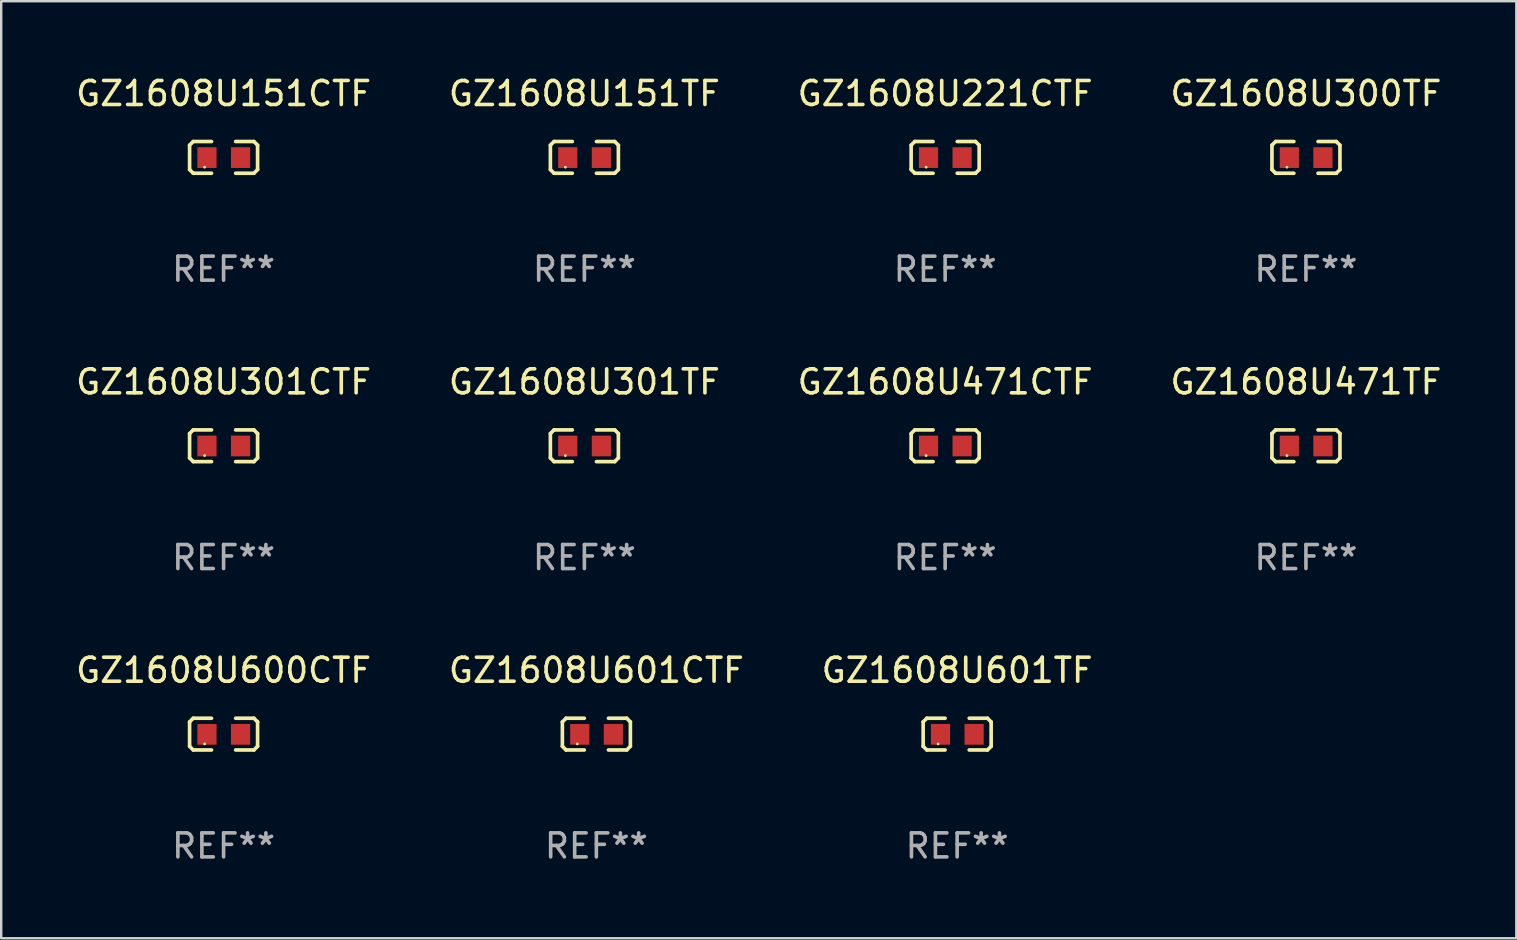
<source format=kicad_pcb>
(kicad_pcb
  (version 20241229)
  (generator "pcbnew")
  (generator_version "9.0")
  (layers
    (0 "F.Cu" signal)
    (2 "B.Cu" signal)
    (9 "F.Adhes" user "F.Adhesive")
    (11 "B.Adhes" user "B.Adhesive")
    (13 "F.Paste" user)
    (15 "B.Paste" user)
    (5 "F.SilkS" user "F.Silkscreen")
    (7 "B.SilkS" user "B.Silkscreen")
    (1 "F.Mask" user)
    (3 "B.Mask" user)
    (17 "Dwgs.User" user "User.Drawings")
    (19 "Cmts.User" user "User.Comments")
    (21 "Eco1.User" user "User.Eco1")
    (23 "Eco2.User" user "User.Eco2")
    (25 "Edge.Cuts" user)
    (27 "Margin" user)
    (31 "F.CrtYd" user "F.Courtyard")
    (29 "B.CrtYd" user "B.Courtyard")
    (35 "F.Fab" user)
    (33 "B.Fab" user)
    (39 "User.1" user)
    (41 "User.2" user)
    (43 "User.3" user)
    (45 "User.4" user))
  (footprint "GZ1608U601CTF"
    (layer "F.Cu")
    (at 21.804 27.544)
    (property "Reference" "GZ1608U601CTF" (at 0 -2.661 0) (layer "F.SilkS") (effects (font (size 1 1) (thickness 0.15))))
    (attr through_hole)
    (fp_line (start -1.417 -0.508) (end -1.265 -0.661) (stroke (width 0.152) (type solid)) (layer "F.SilkS"))
    (fp_line (start -1.417 0.508) (end -1.417 -0.508) (stroke (width 0.152) (type solid)) (layer "F.SilkS"))
    (fp_line (start -1.265 -0.661) (end -0.503 -0.661) (stroke (width 0.152) (type solid)) (layer "F.SilkS"))
    (fp_line (start -1.265 0.661) (end -1.417 0.508) (stroke (width 0.152) (type solid)) (layer "F.SilkS"))
    (fp_line (start -1.265 0.661) (end -0.503 0.661) (stroke (width 0.152) (type solid)) (layer "F.SilkS"))
    (fp_line (start 1.265 -0.661) (end 0.503 -0.661) (stroke (width 0.152) (type solid)) (layer "F.SilkS"))
    (fp_line (start 1.265 -0.661) (end 1.417 -0.508) (stroke (width 0.152) (type solid)) (layer "F.SilkS"))
    (fp_line (start 1.265 0.661) (end 0.503 0.661) (stroke (width 0.152) (type solid)) (layer "F.SilkS"))
    (fp_line (start 1.417 -0.508) (end 1.417 0.508) (stroke (width 0.152) (type solid)) (layer "F.SilkS"))
    (fp_line (start 1.417 0.508) (end 1.265 0.661) (stroke (width 0.152) (type solid)) (layer "F.SilkS"))
    (fp_circle (center -0.793 0.409) (end -0.763 0.409) (stroke (width 0.06) (type solid)) (fill no) (layer "F.SilkS"))
    (fp_text user "REF**" (at 0 4.661 0) (layer "F.Fab") (effects (font (size 1 1) (thickness 0.15))))
    (pad "1" smd rect (at -0.693 0.009 180) (size 0.8 0.864) (layers "F.Cu" "F.Mask" "F.Paste"))
    (pad "2" smd rect (at 0.707 0.009 180) (size 0.8 0.864) (layers "F.Cu" "F.Mask" "F.Paste")))
  (footprint "GZ1608U301TF"
    (layer "F.Cu")
    (at 21.304 15.527)
    (property "Reference" "GZ1608U301TF" (at 0 -2.661 0) (layer "F.SilkS") (effects (font (size 1 1) (thickness 0.15))))
    (attr through_hole)
    (fp_line (start -1.417 -0.508) (end -1.265 -0.661) (stroke (width 0.152) (type solid)) (layer "F.SilkS"))
    (fp_line (start -1.417 0.508) (end -1.417 -0.508) (stroke (width 0.152) (type solid)) (layer "F.SilkS"))
    (fp_line (start -1.265 -0.661) (end -0.503 -0.661) (stroke (width 0.152) (type solid)) (layer "F.SilkS"))
    (fp_line (start -1.265 0.661) (end -1.417 0.508) (stroke (width 0.152) (type solid)) (layer "F.SilkS"))
    (fp_line (start -1.265 0.661) (end -0.503 0.661) (stroke (width 0.152) (type solid)) (layer "F.SilkS"))
    (fp_line (start 1.265 -0.661) (end 0.503 -0.661) (stroke (width 0.152) (type solid)) (layer "F.SilkS"))
    (fp_line (start 1.265 -0.661) (end 1.417 -0.508) (stroke (width 0.152) (type solid)) (layer "F.SilkS"))
    (fp_line (start 1.265 0.661) (end 0.503 0.661) (stroke (width 0.152) (type solid)) (layer "F.SilkS"))
    (fp_line (start 1.417 -0.508) (end 1.417 0.508) (stroke (width 0.152) (type solid)) (layer "F.SilkS"))
    (fp_line (start 1.417 0.508) (end 1.265 0.661) (stroke (width 0.152) (type solid)) (layer "F.SilkS"))
    (fp_circle (center -0.793 0.409) (end -0.763 0.409) (stroke (width 0.06) (type solid)) (fill no) (layer "F.SilkS"))
    (fp_text user "REF**" (at 0 4.661 0) (layer "F.Fab") (effects (font (size 1 1) (thickness 0.15))))
    (pad "1" smd rect (at -0.693 0.009 180) (size 0.8 0.864) (layers "F.Cu" "F.Mask" "F.Paste"))
    (pad "2" smd rect (at 0.707 0.009 180) (size 0.8 0.864) (layers "F.Cu" "F.Mask" "F.Paste")))
  (footprint "GZ1608U301CTF"
    (layer "F.Cu")
    (at 6.268 15.527)
    (property "Reference" "GZ1608U301CTF" (at 0 -2.661 0) (layer "F.SilkS") (effects (font (size 1 1) (thickness 0.15))))
    (attr through_hole)
    (fp_line (start -1.417 -0.508) (end -1.265 -0.661) (stroke (width 0.152) (type solid)) (layer "F.SilkS"))
    (fp_line (start -1.417 0.508) (end -1.417 -0.508) (stroke (width 0.152) (type solid)) (layer "F.SilkS"))
    (fp_line (start -1.265 -0.661) (end -0.503 -0.661) (stroke (width 0.152) (type solid)) (layer "F.SilkS"))
    (fp_line (start -1.265 0.661) (end -1.417 0.508) (stroke (width 0.152) (type solid)) (layer "F.SilkS"))
    (fp_line (start -1.265 0.661) (end -0.503 0.661) (stroke (width 0.152) (type solid)) (layer "F.SilkS"))
    (fp_line (start 1.265 -0.661) (end 0.503 -0.661) (stroke (width 0.152) (type solid)) (layer "F.SilkS"))
    (fp_line (start 1.265 -0.661) (end 1.417 -0.508) (stroke (width 0.152) (type solid)) (layer "F.SilkS"))
    (fp_line (start 1.265 0.661) (end 0.503 0.661) (stroke (width 0.152) (type solid)) (layer "F.SilkS"))
    (fp_line (start 1.417 -0.508) (end 1.417 0.508) (stroke (width 0.152) (type solid)) (layer "F.SilkS"))
    (fp_line (start 1.417 0.508) (end 1.265 0.661) (stroke (width 0.152) (type solid)) (layer "F.SilkS"))
    (fp_circle (center -0.793 0.409) (end -0.763 0.409) (stroke (width 0.06) (type solid)) (fill no) (layer "F.SilkS"))
    (fp_text user "REF**" (at 0 4.661 0) (layer "F.Fab") (effects (font (size 1 1) (thickness 0.15))))
    (pad "1" smd rect (at -0.693 0.009 180) (size 0.8 0.864) (layers "F.Cu" "F.Mask" "F.Paste"))
    (pad "2" smd rect (at 0.707 0.009 180) (size 0.8 0.864) (layers "F.Cu" "F.Mask" "F.Paste")))
  (footprint "GZ1608U221CTF"
    (layer "F.Cu")
    (at 36.339 3.509)
    (property "Reference" "GZ1608U221CTF" (at 0 -2.661 0) (layer "F.SilkS") (effects (font (size 1 1) (thickness 0.15))))
    (attr through_hole)
    (fp_line (start -1.417 -0.508) (end -1.265 -0.661) (stroke (width 0.152) (type solid)) (layer "F.SilkS"))
    (fp_line (start -1.417 0.508) (end -1.417 -0.508) (stroke (width 0.152) (type solid)) (layer "F.SilkS"))
    (fp_line (start -1.265 -0.661) (end -0.503 -0.661) (stroke (width 0.152) (type solid)) (layer "F.SilkS"))
    (fp_line (start -1.265 0.661) (end -1.417 0.508) (stroke (width 0.152) (type solid)) (layer "F.SilkS"))
    (fp_line (start -1.265 0.661) (end -0.503 0.661) (stroke (width 0.152) (type solid)) (layer "F.SilkS"))
    (fp_line (start 1.265 -0.661) (end 0.503 -0.661) (stroke (width 0.152) (type solid)) (layer "F.SilkS"))
    (fp_line (start 1.265 -0.661) (end 1.417 -0.508) (stroke (width 0.152) (type solid)) (layer "F.SilkS"))
    (fp_line (start 1.265 0.661) (end 0.503 0.661) (stroke (width 0.152) (type solid)) (layer "F.SilkS"))
    (fp_line (start 1.417 -0.508) (end 1.417 0.508) (stroke (width 0.152) (type solid)) (layer "F.SilkS"))
    (fp_line (start 1.417 0.508) (end 1.265 0.661) (stroke (width 0.152) (type solid)) (layer "F.SilkS"))
    (fp_circle (center -0.793 0.409) (end -0.763 0.409) (stroke (width 0.06) (type solid)) (fill no) (layer "F.SilkS"))
    (fp_text user "REF**" (at 0 4.661 0) (layer "F.Fab") (effects (font (size 1 1) (thickness 0.15))))
    (pad "1" smd rect (at -0.693 0.009 180) (size 0.8 0.864) (layers "F.Cu" "F.Mask" "F.Paste"))
    (pad "2" smd rect (at 0.707 0.009 180) (size 0.8 0.864) (layers "F.Cu" "F.Mask" "F.Paste")))
  (footprint "GZ1608U151CTF"
    (layer "F.Cu")
    (at 6.268 3.509)
    (property "Reference" "GZ1608U151CTF" (at 0 -2.661 0) (layer "F.SilkS") (effects (font (size 1 1) (thickness 0.15))))
    (attr through_hole)
    (fp_line (start -1.417 -0.508) (end -1.265 -0.661) (stroke (width 0.152) (type solid)) (layer "F.SilkS"))
    (fp_line (start -1.417 0.508) (end -1.417 -0.508) (stroke (width 0.152) (type solid)) (layer "F.SilkS"))
    (fp_line (start -1.265 -0.661) (end -0.503 -0.661) (stroke (width 0.152) (type solid)) (layer "F.SilkS"))
    (fp_line (start -1.265 0.661) (end -1.417 0.508) (stroke (width 0.152) (type solid)) (layer "F.SilkS"))
    (fp_line (start -1.265 0.661) (end -0.503 0.661) (stroke (width 0.152) (type solid)) (layer "F.SilkS"))
    (fp_line (start 1.265 -0.661) (end 0.503 -0.661) (stroke (width 0.152) (type solid)) (layer "F.SilkS"))
    (fp_line (start 1.265 -0.661) (end 1.417 -0.508) (stroke (width 0.152) (type solid)) (layer "F.SilkS"))
    (fp_line (start 1.265 0.661) (end 0.503 0.661) (stroke (width 0.152) (type solid)) (layer "F.SilkS"))
    (fp_line (start 1.417 -0.508) (end 1.417 0.508) (stroke (width 0.152) (type solid)) (layer "F.SilkS"))
    (fp_line (start 1.417 0.508) (end 1.265 0.661) (stroke (width 0.152) (type solid)) (layer "F.SilkS"))
    (fp_circle (center -0.793 0.409) (end -0.763 0.409) (stroke (width 0.06) (type solid)) (fill no) (layer "F.SilkS"))
    (fp_text user "REF**" (at 0 4.661 0) (layer "F.Fab") (effects (font (size 1 1) (thickness 0.15))))
    (pad "1" smd rect (at -0.693 0.009 180) (size 0.8 0.864) (layers "F.Cu" "F.Mask" "F.Paste"))
    (pad "2" smd rect (at 0.707 0.009 180) (size 0.8 0.864) (layers "F.Cu" "F.Mask" "F.Paste")))
  (footprint "GZ1608U471TF"
    (layer "F.Cu")
    (at 51.375 15.527)
    (property "Reference" "GZ1608U471TF" (at 0 -2.661 0) (layer "F.SilkS") (effects (font (size 1 1) (thickness 0.15))))
    (attr through_hole)
    (fp_line (start -1.417 -0.508) (end -1.265 -0.661) (stroke (width 0.152) (type solid)) (layer "F.SilkS"))
    (fp_line (start -1.417 0.508) (end -1.417 -0.508) (stroke (width 0.152) (type solid)) (layer "F.SilkS"))
    (fp_line (start -1.265 -0.661) (end -0.503 -0.661) (stroke (width 0.152) (type solid)) (layer "F.SilkS"))
    (fp_line (start -1.265 0.661) (end -1.417 0.508) (stroke (width 0.152) (type solid)) (layer "F.SilkS"))
    (fp_line (start -1.265 0.661) (end -0.503 0.661) (stroke (width 0.152) (type solid)) (layer "F.SilkS"))
    (fp_line (start 1.265 -0.661) (end 0.503 -0.661) (stroke (width 0.152) (type solid)) (layer "F.SilkS"))
    (fp_line (start 1.265 -0.661) (end 1.417 -0.508) (stroke (width 0.152) (type solid)) (layer "F.SilkS"))
    (fp_line (start 1.265 0.661) (end 0.503 0.661) (stroke (width 0.152) (type solid)) (layer "F.SilkS"))
    (fp_line (start 1.417 -0.508) (end 1.417 0.508) (stroke (width 0.152) (type solid)) (layer "F.SilkS"))
    (fp_line (start 1.417 0.508) (end 1.265 0.661) (stroke (width 0.152) (type solid)) (layer "F.SilkS"))
    (fp_circle (center -0.793 0.409) (end -0.763 0.409) (stroke (width 0.06) (type solid)) (fill no) (layer "F.SilkS"))
    (fp_text user "REF**" (at 0 4.661 0) (layer "F.Fab") (effects (font (size 1 1) (thickness 0.15))))
    (pad "1" smd rect (at -0.693 0.009 180) (size 0.8 0.864) (layers "F.Cu" "F.Mask" "F.Paste"))
    (pad "2" smd rect (at 0.707 0.009 180) (size 0.8 0.864) (layers "F.Cu" "F.Mask" "F.Paste")))
  (footprint "GZ1608U300TF"
    (layer "F.Cu")
    (at 51.375 3.509)
    (property "Reference" "GZ1608U300TF" (at 0 -2.661 0) (layer "F.SilkS") (effects (font (size 1 1) (thickness 0.15))))
    (attr through_hole)
    (fp_line (start -1.417 -0.508) (end -1.265 -0.661) (stroke (width 0.152) (type solid)) (layer "F.SilkS"))
    (fp_line (start -1.417 0.508) (end -1.417 -0.508) (stroke (width 0.152) (type solid)) (layer "F.SilkS"))
    (fp_line (start -1.265 -0.661) (end -0.503 -0.661) (stroke (width 0.152) (type solid)) (layer "F.SilkS"))
    (fp_line (start -1.265 0.661) (end -1.417 0.508) (stroke (width 0.152) (type solid)) (layer "F.SilkS"))
    (fp_line (start -1.265 0.661) (end -0.503 0.661) (stroke (width 0.152) (type solid)) (layer "F.SilkS"))
    (fp_line (start 1.265 -0.661) (end 0.503 -0.661) (stroke (width 0.152) (type solid)) (layer "F.SilkS"))
    (fp_line (start 1.265 -0.661) (end 1.417 -0.508) (stroke (width 0.152) (type solid)) (layer "F.SilkS"))
    (fp_line (start 1.265 0.661) (end 0.503 0.661) (stroke (width 0.152) (type solid)) (layer "F.SilkS"))
    (fp_line (start 1.417 -0.508) (end 1.417 0.508) (stroke (width 0.152) (type solid)) (layer "F.SilkS"))
    (fp_line (start 1.417 0.508) (end 1.265 0.661) (stroke (width 0.152) (type solid)) (layer "F.SilkS"))
    (fp_circle (center -0.793 0.409) (end -0.763 0.409) (stroke (width 0.06) (type solid)) (fill no) (layer "F.SilkS"))
    (fp_text user "REF**" (at 0 4.661 0) (layer "F.Fab") (effects (font (size 1 1) (thickness 0.15))))
    (pad "1" smd rect (at -0.693 0.009 180) (size 0.8 0.864) (layers "F.Cu" "F.Mask" "F.Paste"))
    (pad "2" smd rect (at 0.707 0.009 180) (size 0.8 0.864) (layers "F.Cu" "F.Mask" "F.Paste")))
  (footprint "GZ1608U600CTF"
    (layer "F.Cu")
    (at 6.268 27.544)
    (property "Reference" "GZ1608U600CTF" (at 0 -2.661 0) (layer "F.SilkS") (effects (font (size 1 1) (thickness 0.15))))
    (attr through_hole)
    (fp_line (start -1.417 -0.508) (end -1.265 -0.661) (stroke (width 0.152) (type solid)) (layer "F.SilkS"))
    (fp_line (start -1.417 0.508) (end -1.417 -0.508) (stroke (width 0.152) (type solid)) (layer "F.SilkS"))
    (fp_line (start -1.265 -0.661) (end -0.503 -0.661) (stroke (width 0.152) (type solid)) (layer "F.SilkS"))
    (fp_line (start -1.265 0.661) (end -1.417 0.508) (stroke (width 0.152) (type solid)) (layer "F.SilkS"))
    (fp_line (start -1.265 0.661) (end -0.503 0.661) (stroke (width 0.152) (type solid)) (layer "F.SilkS"))
    (fp_line (start 1.265 -0.661) (end 0.503 -0.661) (stroke (width 0.152) (type solid)) (layer "F.SilkS"))
    (fp_line (start 1.265 -0.661) (end 1.417 -0.508) (stroke (width 0.152) (type solid)) (layer "F.SilkS"))
    (fp_line (start 1.265 0.661) (end 0.503 0.661) (stroke (width 0.152) (type solid)) (layer "F.SilkS"))
    (fp_line (start 1.417 -0.508) (end 1.417 0.508) (stroke (width 0.152) (type solid)) (layer "F.SilkS"))
    (fp_line (start 1.417 0.508) (end 1.265 0.661) (stroke (width 0.152) (type solid)) (layer "F.SilkS"))
    (fp_circle (center -0.793 0.409) (end -0.763 0.409) (stroke (width 0.06) (type solid)) (fill no) (layer "F.SilkS"))
    (fp_text user "REF**" (at 0 4.661 0) (layer "F.Fab") (effects (font (size 1 1) (thickness 0.15))))
    (pad "1" smd rect (at -0.693 0.009 180) (size 0.8 0.864) (layers "F.Cu" "F.Mask" "F.Paste"))
    (pad "2" smd rect (at 0.707 0.009 180) (size 0.8 0.864) (layers "F.Cu" "F.Mask" "F.Paste")))
  (footprint "GZ1608U151TF"
    (layer "F.Cu")
    (at 21.304 3.509)
    (property "Reference" "GZ1608U151TF" (at 0 -2.661 0) (layer "F.SilkS") (effects (font (size 1 1) (thickness 0.15))))
    (attr through_hole)
    (fp_line (start -1.417 -0.508) (end -1.265 -0.661) (stroke (width 0.152) (type solid)) (layer "F.SilkS"))
    (fp_line (start -1.417 0.508) (end -1.417 -0.508) (stroke (width 0.152) (type solid)) (layer "F.SilkS"))
    (fp_line (start -1.265 -0.661) (end -0.503 -0.661) (stroke (width 0.152) (type solid)) (layer "F.SilkS"))
    (fp_line (start -1.265 0.661) (end -1.417 0.508) (stroke (width 0.152) (type solid)) (layer "F.SilkS"))
    (fp_line (start -1.265 0.661) (end -0.503 0.661) (stroke (width 0.152) (type solid)) (layer "F.SilkS"))
    (fp_line (start 1.265 -0.661) (end 0.503 -0.661) (stroke (width 0.152) (type solid)) (layer "F.SilkS"))
    (fp_line (start 1.265 -0.661) (end 1.417 -0.508) (stroke (width 0.152) (type solid)) (layer "F.SilkS"))
    (fp_line (start 1.265 0.661) (end 0.503 0.661) (stroke (width 0.152) (type solid)) (layer "F.SilkS"))
    (fp_line (start 1.417 -0.508) (end 1.417 0.508) (stroke (width 0.152) (type solid)) (layer "F.SilkS"))
    (fp_line (start 1.417 0.508) (end 1.265 0.661) (stroke (width 0.152) (type solid)) (layer "F.SilkS"))
    (fp_circle (center -0.793 0.409) (end -0.763 0.409) (stroke (width 0.06) (type solid)) (fill no) (layer "F.SilkS"))
    (fp_text user "REF**" (at 0 4.661 0) (layer "F.Fab") (effects (font (size 1 1) (thickness 0.15))))
    (pad "1" smd rect (at -0.693 0.009 180) (size 0.8 0.864) (layers "F.Cu" "F.Mask" "F.Paste"))
    (pad "2" smd rect (at 0.707 0.009 180) (size 0.8 0.864) (layers "F.Cu" "F.Mask" "F.Paste")))
  (footprint "GZ1608U471CTF"
    (layer "F.Cu")
    (at 36.339 15.527)
    (property "Reference" "GZ1608U471CTF" (at 0 -2.661 0) (layer "F.SilkS") (effects (font (size 1 1) (thickness 0.15))))
    (attr through_hole)
    (fp_line (start -1.417 -0.508) (end -1.265 -0.661) (stroke (width 0.152) (type solid)) (layer "F.SilkS"))
    (fp_line (start -1.417 0.508) (end -1.417 -0.508) (stroke (width 0.152) (type solid)) (layer "F.SilkS"))
    (fp_line (start -1.265 -0.661) (end -0.503 -0.661) (stroke (width 0.152) (type solid)) (layer "F.SilkS"))
    (fp_line (start -1.265 0.661) (end -1.417 0.508) (stroke (width 0.152) (type solid)) (layer "F.SilkS"))
    (fp_line (start -1.265 0.661) (end -0.503 0.661) (stroke (width 0.152) (type solid)) (layer "F.SilkS"))
    (fp_line (start 1.265 -0.661) (end 0.503 -0.661) (stroke (width 0.152) (type solid)) (layer "F.SilkS"))
    (fp_line (start 1.265 -0.661) (end 1.417 -0.508) (stroke (width 0.152) (type solid)) (layer "F.SilkS"))
    (fp_line (start 1.265 0.661) (end 0.503 0.661) (stroke (width 0.152) (type solid)) (layer "F.SilkS"))
    (fp_line (start 1.417 -0.508) (end 1.417 0.508) (stroke (width 0.152) (type solid)) (layer "F.SilkS"))
    (fp_line (start 1.417 0.508) (end 1.265 0.661) (stroke (width 0.152) (type solid)) (layer "F.SilkS"))
    (fp_circle (center -0.793 0.409) (end -0.763 0.409) (stroke (width 0.06) (type solid)) (fill no) (layer "F.SilkS"))
    (fp_text user "REF**" (at 0 4.661 0) (layer "F.Fab") (effects (font (size 1 1) (thickness 0.15))))
    (pad "1" smd rect (at -0.693 0.009 180) (size 0.8 0.864) (layers "F.Cu" "F.Mask" "F.Paste"))
    (pad "2" smd rect (at 0.707 0.009 180) (size 0.8 0.864) (layers "F.Cu" "F.Mask" "F.Paste")))
  (footprint "GZ1608U601TF"
    (layer "F.Cu")
    (at 36.839 27.544)
    (property "Reference" "GZ1608U601TF" (at 0 -2.661 0) (layer "F.SilkS") (effects (font (size 1 1) (thickness 0.15))))
    (attr through_hole)
    (fp_line (start -1.417 -0.508) (end -1.265 -0.661) (stroke (width 0.152) (type solid)) (layer "F.SilkS"))
    (fp_line (start -1.417 0.508) (end -1.417 -0.508) (stroke (width 0.152) (type solid)) (layer "F.SilkS"))
    (fp_line (start -1.265 -0.661) (end -0.503 -0.661) (stroke (width 0.152) (type solid)) (layer "F.SilkS"))
    (fp_line (start -1.265 0.661) (end -1.417 0.508) (stroke (width 0.152) (type solid)) (layer "F.SilkS"))
    (fp_line (start -1.265 0.661) (end -0.503 0.661) (stroke (width 0.152) (type solid)) (layer "F.SilkS"))
    (fp_line (start 1.265 -0.661) (end 0.503 -0.661) (stroke (width 0.152) (type solid)) (layer "F.SilkS"))
    (fp_line (start 1.265 -0.661) (end 1.417 -0.508) (stroke (width 0.152) (type solid)) (layer "F.SilkS"))
    (fp_line (start 1.265 0.661) (end 0.503 0.661) (stroke (width 0.152) (type solid)) (layer "F.SilkS"))
    (fp_line (start 1.417 -0.508) (end 1.417 0.508) (stroke (width 0.152) (type solid)) (layer "F.SilkS"))
    (fp_line (start 1.417 0.508) (end 1.265 0.661) (stroke (width 0.152) (type solid)) (layer "F.SilkS"))
    (fp_circle (center -0.793 0.409) (end -0.763 0.409) (stroke (width 0.06) (type solid)) (fill no) (layer "F.SilkS"))
    (fp_text user "REF**" (at 0 4.661 0) (layer "F.Fab") (effects (font (size 1 1) (thickness 0.15))))
    (pad "1" smd rect (at -0.693 0.009 180) (size 0.8 0.864) (layers "F.Cu" "F.Mask" "F.Paste"))
    (pad "2" smd rect (at 0.707 0.009 180) (size 0.8 0.864) (layers "F.Cu" "F.Mask" "F.Paste")))
  (gr_rect
    (start -3 -3)
    (end 60.143 36.053)
    (stroke (width 0.1) (type default))
    (fill no)
    (layer "Edge.Cuts")))
</source>
